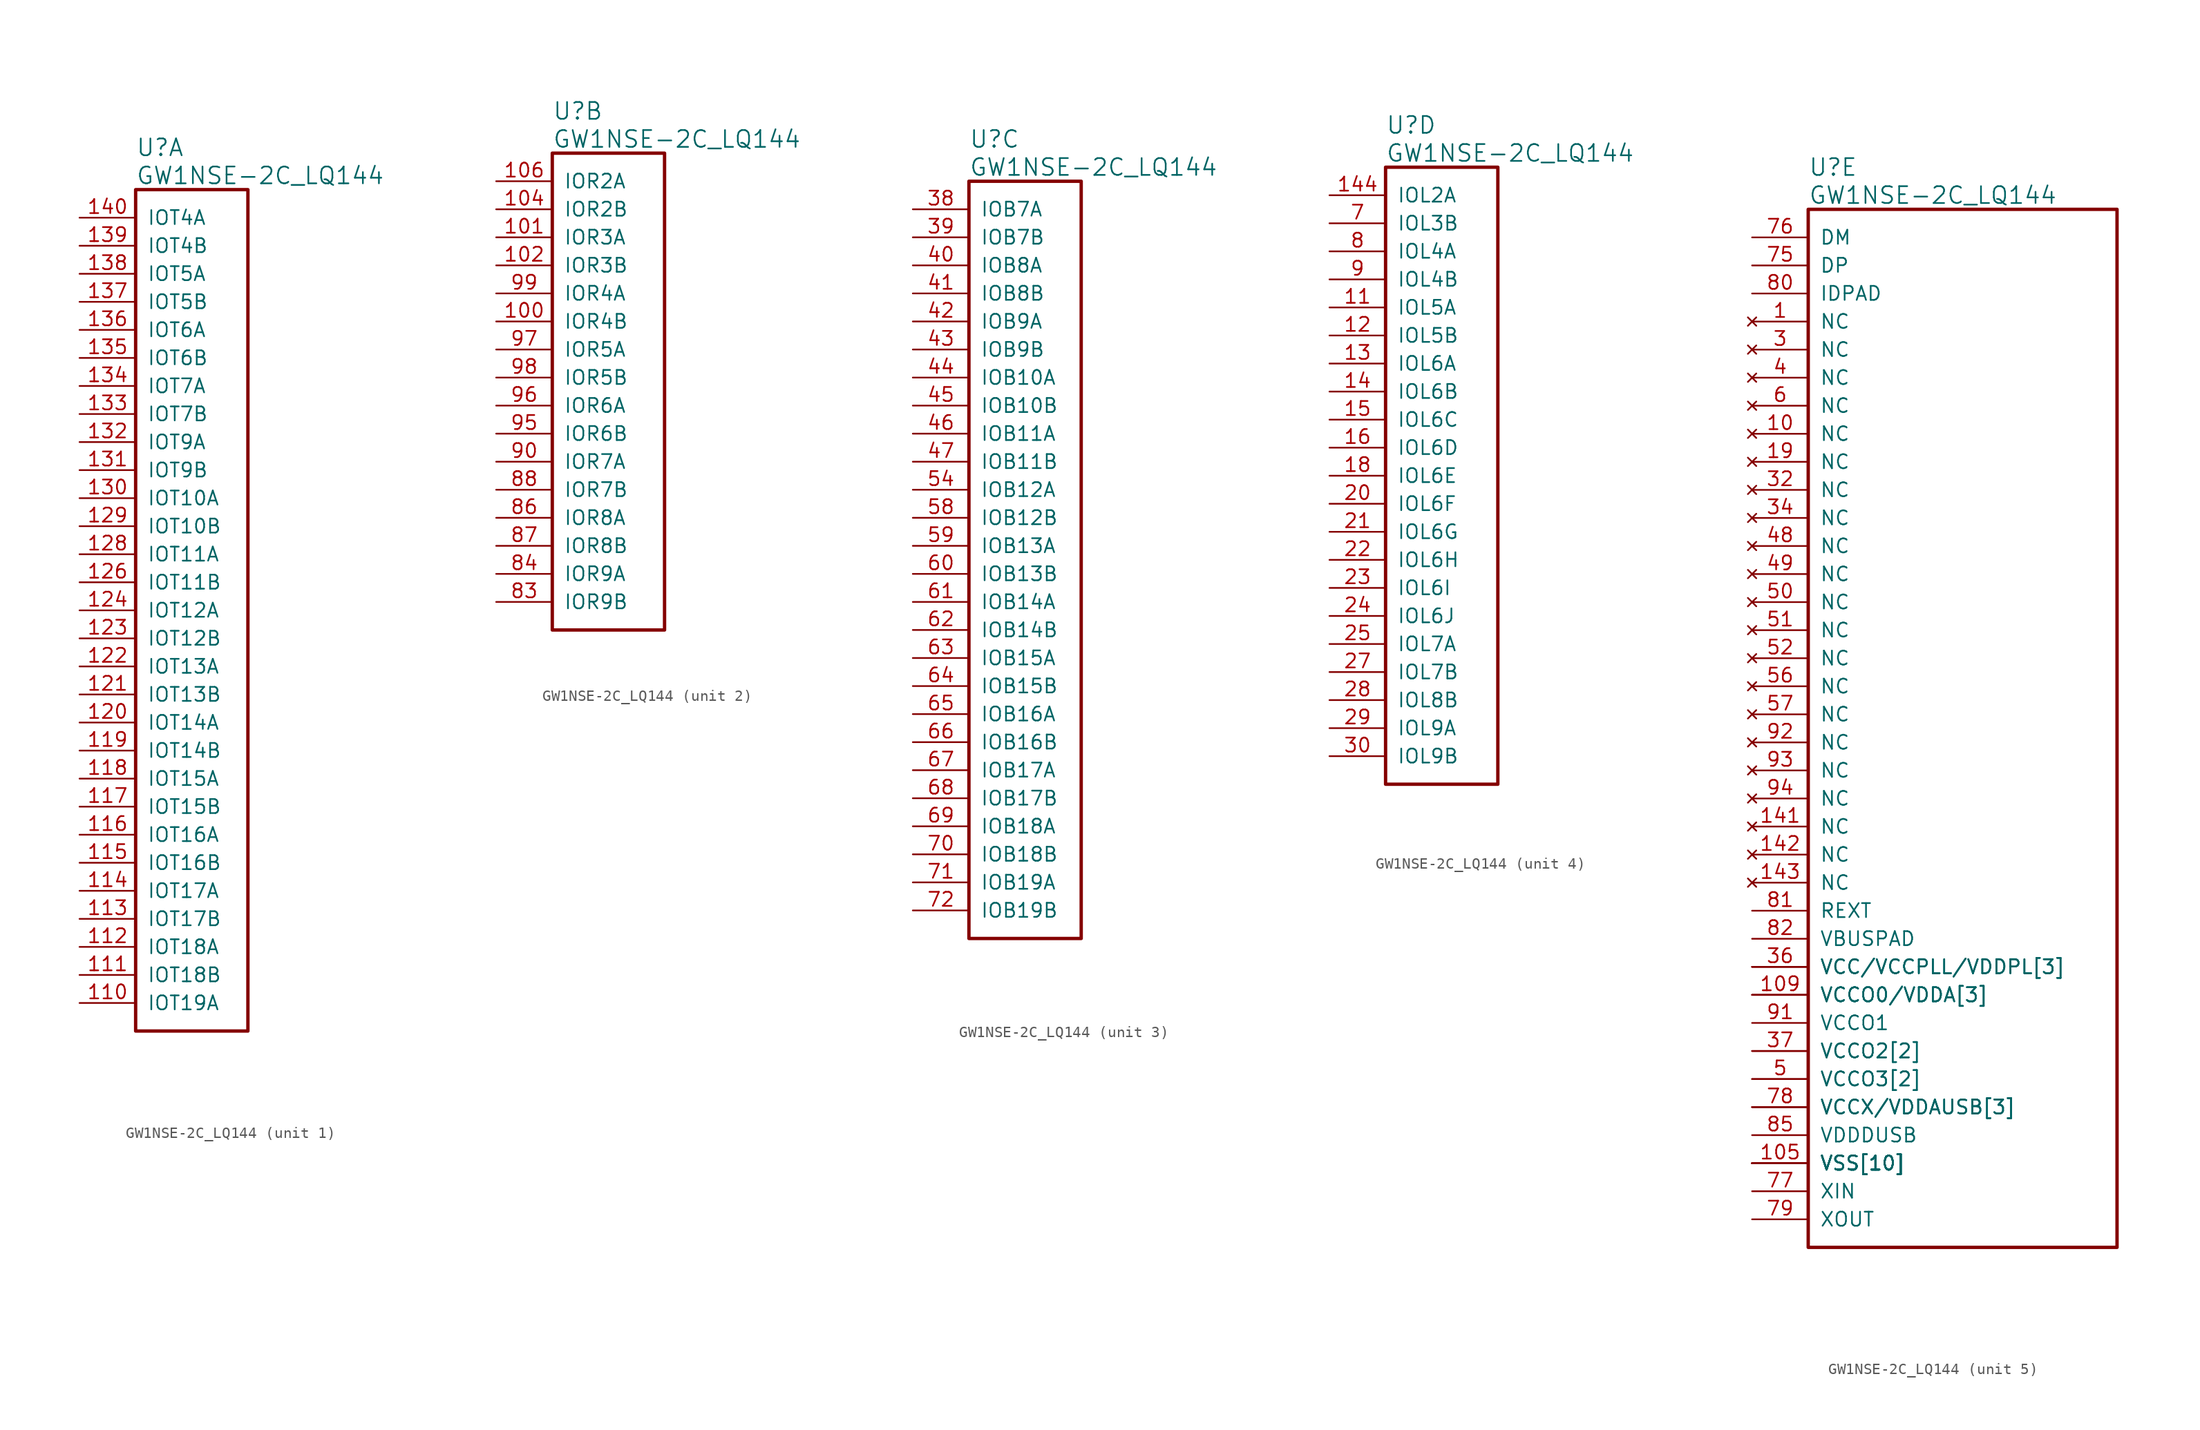
<source format=kicad_sym>
(kicad_symbol_lib
  (version 20220914)
  (generator kicad_symbol_editor)
  (symbol "GW1NSE-2C_LQ144"
    (pin_names
      (offset 1.016))
    (property "Reference" "U"
      (at 5.08 6.35 0)
      (effects (font (size 1.524 1.524)) (justify left)))
    (property "Value" "GW1NSE-2C_LQ144"
      (at 5.08 3.81 0)
      (effects (font (size 1.524 1.524)) (justify left)))
    (property "ki_locked" ""
      (at 0 0 0)
      (effects (font (size 1.27 1.27))))
    (symbol "GW1NSE-2C_LQ144_1_1"
      (rectangle (start 5.08 2.54) (end 15.24 -73.66) (stroke (width 0.305) (type solid)) (fill (type none)))
      (pin bidirectional line (at 0 -71.12 0) (length 5.08) (name "IOT19A" (effects (font (size 1.27 1.27)))) (number "110" (effects (font (size 1.27 1.27)))))
      (pin bidirectional line (at 0 -68.58 0) (length 5.08) (name "IOT18B" (effects (font (size 1.27 1.27)))) (number "111" (effects (font (size 1.27 1.27)))))
      (pin bidirectional line (at 0 -66.04 0) (length 5.08) (name "IOT18A" (effects (font (size 1.27 1.27)))) (number "112" (effects (font (size 1.27 1.27)))))
      (pin bidirectional line (at 0 -63.5 0) (length 5.08) (name "IOT17B" (effects (font (size 1.27 1.27)))) (number "113" (effects (font (size 1.27 1.27)))))
      (pin bidirectional line (at 0 -60.96 0) (length 5.08) (name "IOT17A" (effects (font (size 1.27 1.27)))) (number "114" (effects (font (size 1.27 1.27)))))
      (pin bidirectional line (at 0 -58.42 0) (length 5.08) (name "IOT16B" (effects (font (size 1.27 1.27)))) (number "115" (effects (font (size 1.27 1.27)))))
      (pin bidirectional line (at 0 -55.88 0) (length 5.08) (name "IOT16A" (effects (font (size 1.27 1.27)))) (number "116" (effects (font (size 1.27 1.27)))))
      (pin bidirectional line (at 0 -53.34 0) (length 5.08) (name "IOT15B" (effects (font (size 1.27 1.27)))) (number "117" (effects (font (size 1.27 1.27)))))
      (pin bidirectional line (at 0 -50.8 0) (length 5.08) (name "IOT15A" (effects (font (size 1.27 1.27)))) (number "118" (effects (font (size 1.27 1.27)))))
      (pin bidirectional line (at 0 -48.26 0) (length 5.08) (name "IOT14B" (effects (font (size 1.27 1.27)))) (number "119" (effects (font (size 1.27 1.27)))))
      (pin bidirectional line (at 0 -45.72 0) (length 5.08) (name "IOT14A" (effects (font (size 1.27 1.27)))) (number "120" (effects (font (size 1.27 1.27)))))
      (pin bidirectional line (at 0 -43.18 0) (length 5.08) (name "IOT13B" (effects (font (size 1.27 1.27)))) (number "121" (effects (font (size 1.27 1.27)))))
      (pin bidirectional line (at 0 -40.64 0) (length 5.08) (name "IOT13A" (effects (font (size 1.27 1.27)))) (number "122" (effects (font (size 1.27 1.27)))))
      (pin bidirectional line (at 0 -38.1 0) (length 5.08) (name "IOT12B" (effects (font (size 1.27 1.27)))) (number "123" (effects (font (size 1.27 1.27)))))
      (pin bidirectional line (at 0 -35.56 0) (length 5.08) (name "IOT12A" (effects (font (size 1.27 1.27)))) (number "124" (effects (font (size 1.27 1.27)))))
      (pin bidirectional line (at 0 -33.02 0) (length 5.08) (name "IOT11B" (effects (font (size 1.27 1.27)))) (number "126" (effects (font (size 1.27 1.27)))))
      (pin bidirectional line (at 0 -30.48 0) (length 5.08) (name "IOT11A" (effects (font (size 1.27 1.27)))) (number "128" (effects (font (size 1.27 1.27)))))
      (pin bidirectional line (at 0 -27.94 0) (length 5.08) (name "IOT10B" (effects (font (size 1.27 1.27)))) (number "129" (effects (font (size 1.27 1.27)))))
      (pin bidirectional line (at 0 -25.4 0) (length 5.08) (name "IOT10A" (effects (font (size 1.27 1.27)))) (number "130" (effects (font (size 1.27 1.27)))))
      (pin bidirectional line (at 0 -22.86 0) (length 5.08) (name "IOT9B" (effects (font (size 1.27 1.27)))) (number "131" (effects (font (size 1.27 1.27)))))
      (pin bidirectional line (at 0 -20.32 0) (length 5.08) (name "IOT9A" (effects (font (size 1.27 1.27)))) (number "132" (effects (font (size 1.27 1.27)))))
      (pin bidirectional line (at 0 -17.78 0) (length 5.08) (name "IOT7B" (effects (font (size 1.27 1.27)))) (number "133" (effects (font (size 1.27 1.27)))))
      (pin bidirectional line (at 0 -15.24 0) (length 5.08) (name "IOT7A" (effects (font (size 1.27 1.27)))) (number "134" (effects (font (size 1.27 1.27)))))
      (pin bidirectional line (at 0 -12.7 0) (length 5.08) (name "IOT6B" (effects (font (size 1.27 1.27)))) (number "135" (effects (font (size 1.27 1.27)))))
      (pin bidirectional line (at 0 -10.16 0) (length 5.08) (name "IOT6A" (effects (font (size 1.27 1.27)))) (number "136" (effects (font (size 1.27 1.27)))))
      (pin bidirectional line (at 0 -7.62 0) (length 5.08) (name "IOT5B" (effects (font (size 1.27 1.27)))) (number "137" (effects (font (size 1.27 1.27)))))
      (pin bidirectional line (at 0 -5.08 0) (length 5.08) (name "IOT5A" (effects (font (size 1.27 1.27)))) (number "138" (effects (font (size 1.27 1.27)))))
      (pin bidirectional line (at 0 -2.54 0) (length 5.08) (name "IOT4B" (effects (font (size 1.27 1.27)))) (number "139" (effects (font (size 1.27 1.27)))))
      (pin bidirectional line (at 0 0 0) (length 5.08) (name "IOT4A" (effects (font (size 1.27 1.27)))) (number "140" (effects (font (size 1.27 1.27))))))
    (symbol "GW1NSE-2C_LQ144_2_1"
      (rectangle (start 5.08 2.54) (end 15.24 -40.64) (stroke (width 0.305) (type solid)) (fill (type none)))
      (pin bidirectional line (at 0 -12.7 0) (length 5.08) (name "IOR4B" (effects (font (size 1.27 1.27)))) (number "100" (effects (font (size 1.27 1.27)))))
      (pin bidirectional line (at 0 -5.08 0) (length 5.08) (name "IOR3A" (effects (font (size 1.27 1.27)))) (number "101" (effects (font (size 1.27 1.27)))))
      (pin bidirectional line (at 0 -7.62 0) (length 5.08) (name "IOR3B" (effects (font (size 1.27 1.27)))) (number "102" (effects (font (size 1.27 1.27)))))
      (pin bidirectional line (at 0 -2.54 0) (length 5.08) (name "IOR2B" (effects (font (size 1.27 1.27)))) (number "104" (effects (font (size 1.27 1.27)))))
      (pin bidirectional line (at 0 0 0) (length 5.08) (name "IOR2A" (effects (font (size 1.27 1.27)))) (number "106" (effects (font (size 1.27 1.27)))))
      (pin bidirectional line (at 0 -38.1 0) (length 5.08) (name "IOR9B" (effects (font (size 1.27 1.27)))) (number "83" (effects (font (size 1.27 1.27)))))
      (pin bidirectional line (at 0 -35.56 0) (length 5.08) (name "IOR9A" (effects (font (size 1.27 1.27)))) (number "84" (effects (font (size 1.27 1.27)))))
      (pin bidirectional line (at 0 -30.48 0) (length 5.08) (name "IOR8A" (effects (font (size 1.27 1.27)))) (number "86" (effects (font (size 1.27 1.27)))))
      (pin bidirectional line (at 0 -33.02 0) (length 5.08) (name "IOR8B" (effects (font (size 1.27 1.27)))) (number "87" (effects (font (size 1.27 1.27)))))
      (pin bidirectional line (at 0 -27.94 0) (length 5.08) (name "IOR7B" (effects (font (size 1.27 1.27)))) (number "88" (effects (font (size 1.27 1.27)))))
      (pin bidirectional line (at 0 -25.4 0) (length 5.08) (name "IOR7A" (effects (font (size 1.27 1.27)))) (number "90" (effects (font (size 1.27 1.27)))))
      (pin bidirectional line (at 0 -22.86 0) (length 5.08) (name "IOR6B" (effects (font (size 1.27 1.27)))) (number "95" (effects (font (size 1.27 1.27)))))
      (pin bidirectional line (at 0 -20.32 0) (length 5.08) (name "IOR6A" (effects (font (size 1.27 1.27)))) (number "96" (effects (font (size 1.27 1.27)))))
      (pin bidirectional line (at 0 -15.24 0) (length 5.08) (name "IOR5A" (effects (font (size 1.27 1.27)))) (number "97" (effects (font (size 1.27 1.27)))))
      (pin bidirectional line (at 0 -17.78 0) (length 5.08) (name "IOR5B" (effects (font (size 1.27 1.27)))) (number "98" (effects (font (size 1.27 1.27)))))
      (pin bidirectional line (at 0 -10.16 0) (length 5.08) (name "IOR4A" (effects (font (size 1.27 1.27)))) (number "99" (effects (font (size 1.27 1.27))))))
    (symbol "GW1NSE-2C_LQ144_3_1"
      (rectangle (start 5.08 2.54) (end 15.24 -66.04) (stroke (width 0.305) (type solid)) (fill (type none)))
      (pin bidirectional line (at 0 0 0) (length 5.08) (name "IOB7A" (effects (font (size 1.27 1.27)))) (number "38" (effects (font (size 1.27 1.27)))))
      (pin bidirectional line (at 0 -2.54 0) (length 5.08) (name "IOB7B" (effects (font (size 1.27 1.27)))) (number "39" (effects (font (size 1.27 1.27)))))
      (pin bidirectional line (at 0 -5.08 0) (length 5.08) (name "IOB8A" (effects (font (size 1.27 1.27)))) (number "40" (effects (font (size 1.27 1.27)))))
      (pin bidirectional line (at 0 -7.62 0) (length 5.08) (name "IOB8B" (effects (font (size 1.27 1.27)))) (number "41" (effects (font (size 1.27 1.27)))))
      (pin bidirectional line (at 0 -10.16 0) (length 5.08) (name "IOB9A" (effects (font (size 1.27 1.27)))) (number "42" (effects (font (size 1.27 1.27)))))
      (pin bidirectional line (at 0 -12.7 0) (length 5.08) (name "IOB9B" (effects (font (size 1.27 1.27)))) (number "43" (effects (font (size 1.27 1.27)))))
      (pin bidirectional line (at 0 -15.24 0) (length 5.08) (name "IOB10A" (effects (font (size 1.27 1.27)))) (number "44" (effects (font (size 1.27 1.27)))))
      (pin bidirectional line (at 0 -17.78 0) (length 5.08) (name "IOB10B" (effects (font (size 1.27 1.27)))) (number "45" (effects (font (size 1.27 1.27)))))
      (pin bidirectional line (at 0 -20.32 0) (length 5.08) (name "IOB11A" (effects (font (size 1.27 1.27)))) (number "46" (effects (font (size 1.27 1.27)))))
      (pin bidirectional line (at 0 -22.86 0) (length 5.08) (name "IOB11B" (effects (font (size 1.27 1.27)))) (number "47" (effects (font (size 1.27 1.27)))))
      (pin bidirectional line (at 0 -25.4 0) (length 5.08) (name "IOB12A" (effects (font (size 1.27 1.27)))) (number "54" (effects (font (size 1.27 1.27)))))
      (pin bidirectional line (at 0 -27.94 0) (length 5.08) (name "IOB12B" (effects (font (size 1.27 1.27)))) (number "58" (effects (font (size 1.27 1.27)))))
      (pin bidirectional line (at 0 -30.48 0) (length 5.08) (name "IOB13A" (effects (font (size 1.27 1.27)))) (number "59" (effects (font (size 1.27 1.27)))))
      (pin bidirectional line (at 0 -33.02 0) (length 5.08) (name "IOB13B" (effects (font (size 1.27 1.27)))) (number "60" (effects (font (size 1.27 1.27)))))
      (pin bidirectional line (at 0 -35.56 0) (length 5.08) (name "IOB14A" (effects (font (size 1.27 1.27)))) (number "61" (effects (font (size 1.27 1.27)))))
      (pin bidirectional line (at 0 -38.1 0) (length 5.08) (name "IOB14B" (effects (font (size 1.27 1.27)))) (number "62" (effects (font (size 1.27 1.27)))))
      (pin bidirectional line (at 0 -40.64 0) (length 5.08) (name "IOB15A" (effects (font (size 1.27 1.27)))) (number "63" (effects (font (size 1.27 1.27)))))
      (pin bidirectional line (at 0 -43.18 0) (length 5.08) (name "IOB15B" (effects (font (size 1.27 1.27)))) (number "64" (effects (font (size 1.27 1.27)))))
      (pin bidirectional line (at 0 -45.72 0) (length 5.08) (name "IOB16A" (effects (font (size 1.27 1.27)))) (number "65" (effects (font (size 1.27 1.27)))))
      (pin bidirectional line (at 0 -48.26 0) (length 5.08) (name "IOB16B" (effects (font (size 1.27 1.27)))) (number "66" (effects (font (size 1.27 1.27)))))
      (pin bidirectional line (at 0 -50.8 0) (length 5.08) (name "IOB17A" (effects (font (size 1.27 1.27)))) (number "67" (effects (font (size 1.27 1.27)))))
      (pin bidirectional line (at 0 -53.34 0) (length 5.08) (name "IOB17B" (effects (font (size 1.27 1.27)))) (number "68" (effects (font (size 1.27 1.27)))))
      (pin bidirectional line (at 0 -55.88 0) (length 5.08) (name "IOB18A" (effects (font (size 1.27 1.27)))) (number "69" (effects (font (size 1.27 1.27)))))
      (pin bidirectional line (at 0 -58.42 0) (length 5.08) (name "IOB18B" (effects (font (size 1.27 1.27)))) (number "70" (effects (font (size 1.27 1.27)))))
      (pin bidirectional line (at 0 -60.96 0) (length 5.08) (name "IOB19A" (effects (font (size 1.27 1.27)))) (number "71" (effects (font (size 1.27 1.27)))))
      (pin bidirectional line (at 0 -63.5 0) (length 5.08) (name "IOB19B" (effects (font (size 1.27 1.27)))) (number "72" (effects (font (size 1.27 1.27))))))
    (symbol "GW1NSE-2C_LQ144_4_1"
      (rectangle (start 5.08 2.54) (end 15.24 -53.34) (stroke (width 0.305) (type solid)) (fill (type none)))
      (pin bidirectional line (at 0 -10.16 0) (length 5.08) (name "IOL5A" (effects (font (size 1.27 1.27)))) (number "11" (effects (font (size 1.27 1.27)))))
      (pin bidirectional line (at 0 -12.7 0) (length 5.08) (name "IOL5B" (effects (font (size 1.27 1.27)))) (number "12" (effects (font (size 1.27 1.27)))))
      (pin bidirectional line (at 0 -15.24 0) (length 5.08) (name "IOL6A" (effects (font (size 1.27 1.27)))) (number "13" (effects (font (size 1.27 1.27)))))
      (pin bidirectional line (at 0 -17.78 0) (length 5.08) (name "IOL6B" (effects (font (size 1.27 1.27)))) (number "14" (effects (font (size 1.27 1.27)))))
      (pin bidirectional line (at 0 0 0) (length 5.08) (name "IOL2A" (effects (font (size 1.27 1.27)))) (number "144" (effects (font (size 1.27 1.27)))))
      (pin bidirectional line (at 0 -20.32 0) (length 5.08) (name "IOL6C" (effects (font (size 1.27 1.27)))) (number "15" (effects (font (size 1.27 1.27)))))
      (pin bidirectional line (at 0 -22.86 0) (length 5.08) (name "IOL6D" (effects (font (size 1.27 1.27)))) (number "16" (effects (font (size 1.27 1.27)))))
      (pin bidirectional line (at 0 -25.4 0) (length 5.08) (name "IOL6E" (effects (font (size 1.27 1.27)))) (number "18" (effects (font (size 1.27 1.27)))))
      (pin bidirectional line (at 0 -27.94 0) (length 5.08) (name "IOL6F" (effects (font (size 1.27 1.27)))) (number "20" (effects (font (size 1.27 1.27)))))
      (pin bidirectional line (at 0 -30.48 0) (length 5.08) (name "IOL6G" (effects (font (size 1.27 1.27)))) (number "21" (effects (font (size 1.27 1.27)))))
      (pin bidirectional line (at 0 -33.02 0) (length 5.08) (name "IOL6H" (effects (font (size 1.27 1.27)))) (number "22" (effects (font (size 1.27 1.27)))))
      (pin bidirectional line (at 0 -35.56 0) (length 5.08) (name "IOL6I" (effects (font (size 1.27 1.27)))) (number "23" (effects (font (size 1.27 1.27)))))
      (pin bidirectional line (at 0 -38.1 0) (length 5.08) (name "IOL6J" (effects (font (size 1.27 1.27)))) (number "24" (effects (font (size 1.27 1.27)))))
      (pin bidirectional line (at 0 -40.64 0) (length 5.08) (name "IOL7A" (effects (font (size 1.27 1.27)))) (number "25" (effects (font (size 1.27 1.27)))))
      (pin bidirectional line (at 0 -43.18 0) (length 5.08) (name "IOL7B" (effects (font (size 1.27 1.27)))) (number "27" (effects (font (size 1.27 1.27)))))
      (pin bidirectional line (at 0 -45.72 0) (length 5.08) (name "IOL8B" (effects (font (size 1.27 1.27)))) (number "28" (effects (font (size 1.27 1.27)))))
      (pin bidirectional line (at 0 -48.26 0) (length 5.08) (name "IOL9A" (effects (font (size 1.27 1.27)))) (number "29" (effects (font (size 1.27 1.27)))))
      (pin bidirectional line (at 0 -50.8 0) (length 5.08) (name "IOL9B" (effects (font (size 1.27 1.27)))) (number "30" (effects (font (size 1.27 1.27)))))
      (pin bidirectional line (at 0 -2.54 0) (length 5.08) (name "IOL3B" (effects (font (size 1.27 1.27)))) (number "7" (effects (font (size 1.27 1.27)))))
      (pin bidirectional line (at 0 -5.08 0) (length 5.08) (name "IOL4A" (effects (font (size 1.27 1.27)))) (number "8" (effects (font (size 1.27 1.27)))))
      (pin bidirectional line (at 0 -7.62 0) (length 5.08) (name "IOL4B" (effects (font (size 1.27 1.27)))) (number "9" (effects (font (size 1.27 1.27))))))
    (symbol "GW1NSE-2C_LQ144_5_1"
      (rectangle (start 5.08 2.54) (end 33.02 -91.44) (stroke (width 0.305) (type solid)) (fill (type none)))
      (pin no_connect line (at 0 -7.62 0) (length 5.08) (name "NC" (effects (font (size 1.27 1.27)))) (number "1" (effects (font (size 1.27 1.27)))))
      (pin no_connect line (at 0 -17.78 0) (length 5.08) (name "NC" (effects (font (size 1.27 1.27)))) (number "10" (effects (font (size 1.27 1.27)))))
      (pin power_in line (at 0 -78.74 0) (length 5.08) (name "VCCX/VDDAUSB[3]" (effects (font (size 1.27 1.27)))) (number "103" (effects (font (size 0 0)))))
      (pin power_in line (at 0 -83.82 0) (length 5.08) (name "VSS[10]" (effects (font (size 1.27 1.27)))) (number "105" (effects (font (size 1.27 1.27)))))
      (pin power_in line (at 0 -83.82 0) (length 5.08) (name "VSS[10]" (effects (font (size 1.27 1.27)))) (number "107" (effects (font (size 0 0)))))
      (pin power_in line (at 0 -66.04 0) (length 5.08) (name "VCC/VCCPLL/VDDPL[3]" (effects (font (size 1.27 1.27)))) (number "108" (effects (font (size 0 0)))))
      (pin power_in line (at 0 -68.58 0) (length 5.08) (name "VCCO0/VDDA[3]" (effects (font (size 1.27 1.27)))) (number "109" (effects (font (size 1.27 1.27)))))
      (pin power_in line (at 0 -83.82 0) (length 5.08) (name "VSS[10]" (effects (font (size 1.27 1.27)))) (number "125" (effects (font (size 0 0)))))
      (pin power_in line (at 0 -68.58 0) (length 5.08) (name "VCCO0/VDDA[3]" (effects (font (size 1.27 1.27)))) (number "127" (effects (font (size 0 0)))))
      (pin no_connect line (at 0 -53.34 0) (length 5.08) (name "NC" (effects (font (size 1.27 1.27)))) (number "141" (effects (font (size 1.27 1.27)))))
      (pin no_connect line (at 0 -55.88 0) (length 5.08) (name "NC" (effects (font (size 1.27 1.27)))) (number "142" (effects (font (size 1.27 1.27)))))
      (pin no_connect line (at 0 -58.42 0) (length 5.08) (name "NC" (effects (font (size 1.27 1.27)))) (number "143" (effects (font (size 1.27 1.27)))))
      (pin power_in line (at 0 -68.58 0) (length 5.08) (name "VCCO0/VDDA[3]" (effects (font (size 1.27 1.27)))) (number "144" (effects (font (size 0 0)))))
      (pin power_in line (at 0 -83.82 0) (length 5.08) (name "VSS[10]" (effects (font (size 1.27 1.27)))) (number "17" (effects (font (size 0 0)))))
      (pin no_connect line (at 0 -20.32 0) (length 5.08) (name "NC" (effects (font (size 1.27 1.27)))) (number "19" (effects (font (size 1.27 1.27)))))
      (pin power_in line (at 0 -83.82 0) (length 5.08) (name "VSS[10]" (effects (font (size 1.27 1.27)))) (number "2" (effects (font (size 0 0)))))
      (pin power_in line (at 0 -76.2 0) (length 5.08) (name "VCCO3[2]" (effects (font (size 1.27 1.27)))) (number "26" (effects (font (size 0 0)))))
      (pin no_connect line (at 0 -10.16 0) (length 5.08) (name "NC" (effects (font (size 1.27 1.27)))) (number "3" (effects (font (size 1.27 1.27)))))
      (pin power_in line (at 0 -78.74 0) (length 5.08) (name "VCCX/VDDAUSB[3]" (effects (font (size 1.27 1.27)))) (number "31" (effects (font (size 0 0)))))
      (pin no_connect line (at 0 -22.86 0) (length 5.08) (name "NC" (effects (font (size 1.27 1.27)))) (number "32" (effects (font (size 1.27 1.27)))))
      (pin power_in line (at 0 -83.82 0) (length 5.08) (name "VSS[10]" (effects (font (size 1.27 1.27)))) (number "33" (effects (font (size 0 0)))))
      (pin no_connect line (at 0 -25.4 0) (length 5.08) (name "NC" (effects (font (size 1.27 1.27)))) (number "34" (effects (font (size 1.27 1.27)))))
      (pin power_in line (at 0 -83.82 0) (length 5.08) (name "VSS[10]" (effects (font (size 1.27 1.27)))) (number "35" (effects (font (size 0 0)))))
      (pin power_in line (at 0 -66.04 0) (length 5.08) (name "VCC/VCCPLL/VDDPL[3]" (effects (font (size 1.27 1.27)))) (number "36" (effects (font (size 1.27 1.27)))))
      (pin power_in line (at 0 -73.66 0) (length 5.08) (name "VCCO2[2]" (effects (font (size 1.27 1.27)))) (number "37" (effects (font (size 1.27 1.27)))))
      (pin no_connect line (at 0 -12.7 0) (length 5.08) (name "NC" (effects (font (size 1.27 1.27)))) (number "4" (effects (font (size 1.27 1.27)))))
      (pin no_connect line (at 0 -27.94 0) (length 5.08) (name "NC" (effects (font (size 1.27 1.27)))) (number "48" (effects (font (size 1.27 1.27)))))
      (pin no_connect line (at 0 -30.48 0) (length 5.08) (name "NC" (effects (font (size 1.27 1.27)))) (number "49" (effects (font (size 1.27 1.27)))))
      (pin power_in line (at 0 -76.2 0) (length 5.08) (name "VCCO3[2]" (effects (font (size 1.27 1.27)))) (number "5" (effects (font (size 1.27 1.27)))))
      (pin no_connect line (at 0 -33.02 0) (length 5.08) (name "NC" (effects (font (size 1.27 1.27)))) (number "50" (effects (font (size 1.27 1.27)))))
      (pin no_connect line (at 0 -35.56 0) (length 5.08) (name "NC" (effects (font (size 1.27 1.27)))) (number "51" (effects (font (size 1.27 1.27)))))
      (pin no_connect line (at 0 -38.1 0) (length 5.08) (name "NC" (effects (font (size 1.27 1.27)))) (number "52" (effects (font (size 1.27 1.27)))))
      (pin power_in line (at 0 -83.82 0) (length 5.08) (name "VSS[10]" (effects (font (size 1.27 1.27)))) (number "53" (effects (font (size 0 0)))))
      (pin power_in line (at 0 -73.66 0) (length 5.08) (name "VCCO2[2]" (effects (font (size 1.27 1.27)))) (number "55" (effects (font (size 0 0)))))
      (pin no_connect line (at 0 -40.64 0) (length 5.08) (name "NC" (effects (font (size 1.27 1.27)))) (number "56" (effects (font (size 1.27 1.27)))))
      (pin no_connect line (at 0 -43.18 0) (length 5.08) (name "NC" (effects (font (size 1.27 1.27)))) (number "57" (effects (font (size 1.27 1.27)))))
      (pin no_connect line (at 0 -15.24 0) (length 5.08) (name "NC" (effects (font (size 1.27 1.27)))) (number "6" (effects (font (size 1.27 1.27)))))
      (pin power_in line (at 0 -66.04 0) (length 5.08) (name "VCC/VCCPLL/VDDPL[3]" (effects (font (size 1.27 1.27)))) (number "73" (effects (font (size 0 0)))))
      (pin power_in line (at 0 -83.82 0) (length 5.08) (name "VSS[10]" (effects (font (size 1.27 1.27)))) (number "74" (effects (font (size 0 0)))))
      (pin power_in line (at 0 -2.54 0) (length 5.08) (name "DP" (effects (font (size 1.27 1.27)))) (number "75" (effects (font (size 1.27 1.27)))))
      (pin power_in line (at 0 0 0) (length 5.08) (name "DM" (effects (font (size 1.27 1.27)))) (number "76" (effects (font (size 1.27 1.27)))))
      (pin power_in line (at 0 -86.36 0) (length 5.08) (name "XIN" (effects (font (size 1.27 1.27)))) (number "77" (effects (font (size 1.27 1.27)))))
      (pin power_in line (at 0 -78.74 0) (length 5.08) (name "VCCX/VDDAUSB[3]" (effects (font (size 1.27 1.27)))) (number "78" (effects (font (size 1.27 1.27)))))
      (pin power_in line (at 0 -88.9 0) (length 5.08) (name "XOUT" (effects (font (size 1.27 1.27)))) (number "79" (effects (font (size 1.27 1.27)))))
      (pin power_in line (at 0 -5.08 0) (length 5.08) (name "IDPAD" (effects (font (size 1.27 1.27)))) (number "80" (effects (font (size 1.27 1.27)))))
      (pin power_in line (at 0 -60.96 0) (length 5.08) (name "REXT" (effects (font (size 1.27 1.27)))) (number "81" (effects (font (size 1.27 1.27)))))
      (pin power_in line (at 0 -63.5 0) (length 5.08) (name "VBUSPAD" (effects (font (size 1.27 1.27)))) (number "82" (effects (font (size 1.27 1.27)))))
      (pin power_in line (at 0 -81.28 0) (length 5.08) (name "VDDDUSB" (effects (font (size 1.27 1.27)))) (number "85" (effects (font (size 1.27 1.27)))))
      (pin power_in line (at 0 -83.82 0) (length 5.08) (name "VSS[10]" (effects (font (size 1.27 1.27)))) (number "89" (effects (font (size 0 0)))))
      (pin power_in line (at 0 -71.12 0) (length 5.08) (name "VCCO1" (effects (font (size 1.27 1.27)))) (number "91" (effects (font (size 1.27 1.27)))))
      (pin no_connect line (at 0 -45.72 0) (length 5.08) (name "NC" (effects (font (size 1.27 1.27)))) (number "92" (effects (font (size 1.27 1.27)))))
      (pin no_connect line (at 0 -48.26 0) (length 5.08) (name "NC" (effects (font (size 1.27 1.27)))) (number "93" (effects (font (size 1.27 1.27)))))
      (pin no_connect line (at 0 -50.8 0) (length 5.08) (name "NC" (effects (font (size 1.27 1.27)))) (number "94" (effects (font (size 1.27 1.27))))))))
</source>
